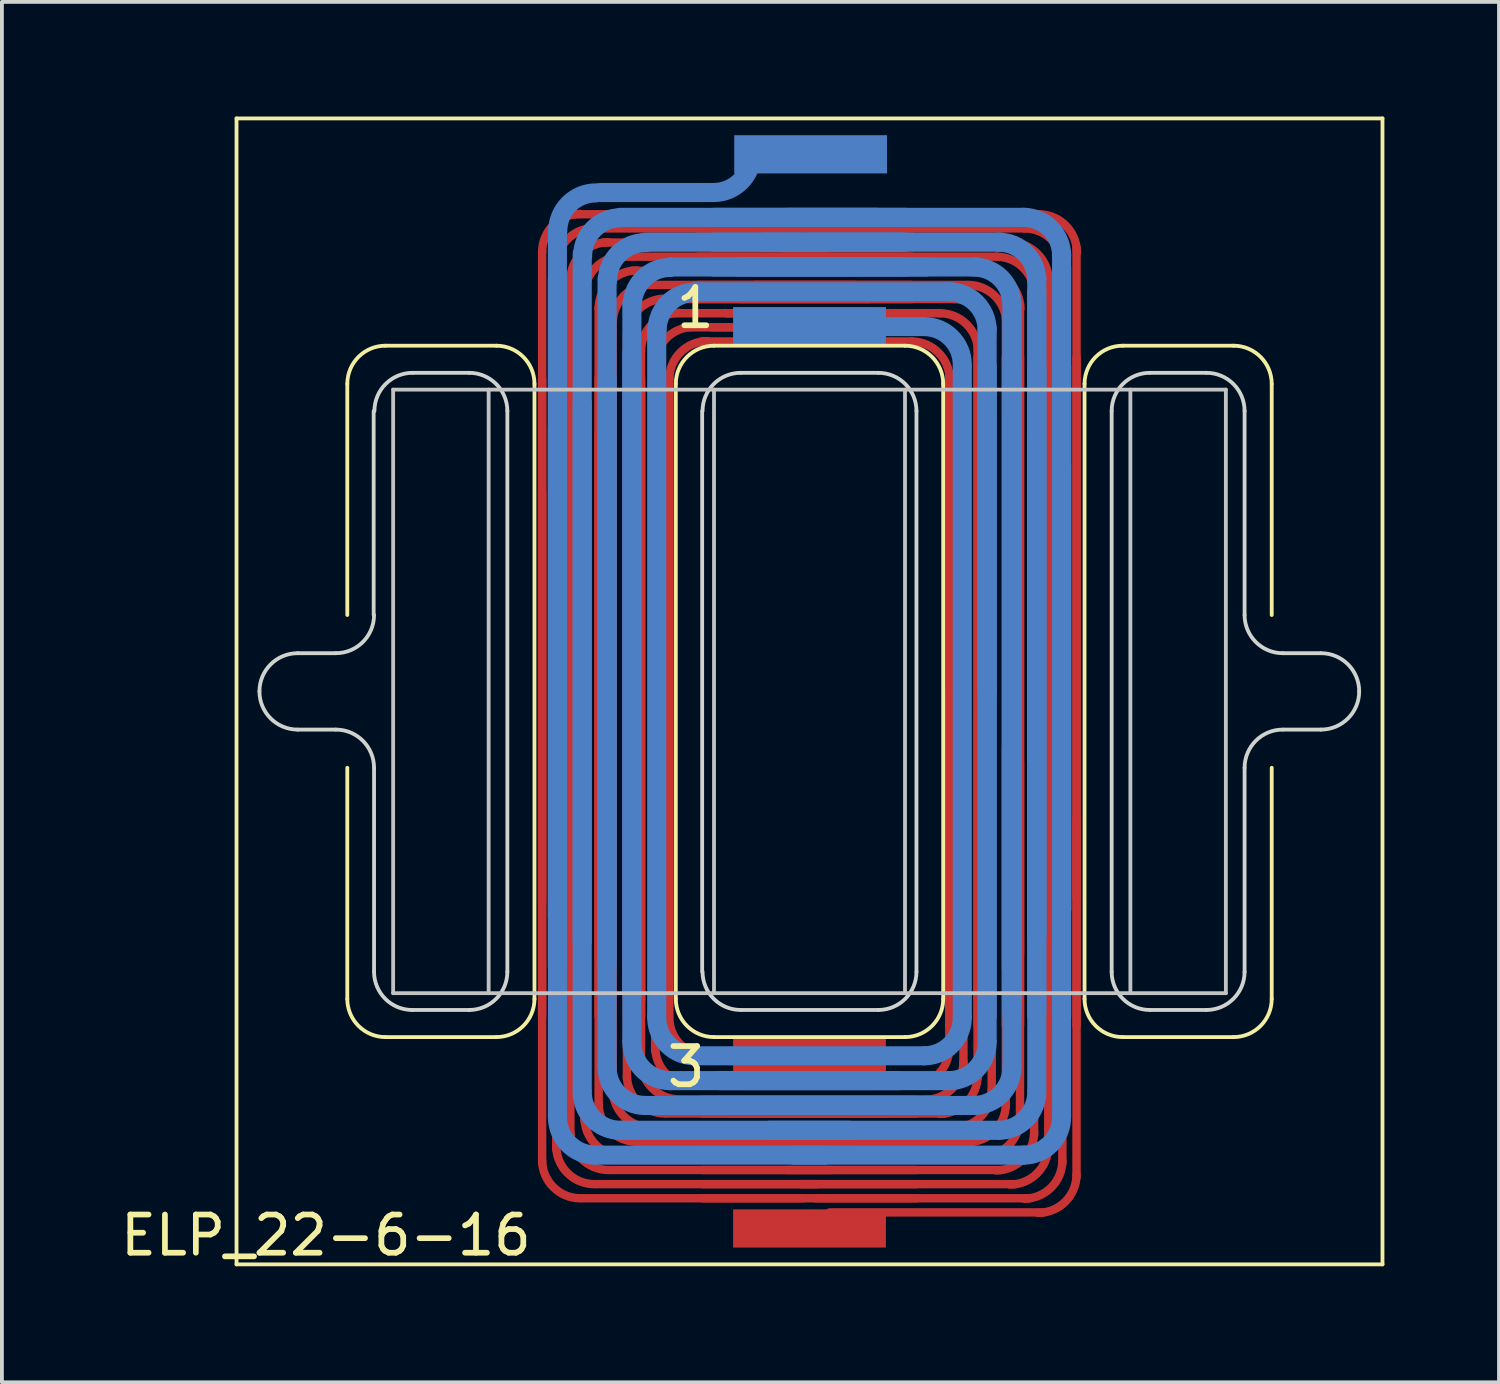
<source format=kicad_pcb>
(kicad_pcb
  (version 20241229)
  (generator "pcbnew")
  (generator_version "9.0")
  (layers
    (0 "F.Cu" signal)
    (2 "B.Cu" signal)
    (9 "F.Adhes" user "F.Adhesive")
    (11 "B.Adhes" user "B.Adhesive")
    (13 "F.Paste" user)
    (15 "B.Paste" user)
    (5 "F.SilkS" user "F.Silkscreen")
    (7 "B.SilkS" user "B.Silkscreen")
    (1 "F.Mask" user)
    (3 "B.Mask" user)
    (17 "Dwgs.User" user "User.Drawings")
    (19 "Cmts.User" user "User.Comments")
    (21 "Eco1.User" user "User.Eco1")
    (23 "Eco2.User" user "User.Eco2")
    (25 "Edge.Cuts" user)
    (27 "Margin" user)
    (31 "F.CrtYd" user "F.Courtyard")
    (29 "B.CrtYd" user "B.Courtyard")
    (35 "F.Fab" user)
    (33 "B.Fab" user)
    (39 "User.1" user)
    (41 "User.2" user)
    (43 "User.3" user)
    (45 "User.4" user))
  (footprint "ELP_22-6-16"
    (layer "F.Cu")
    (at 18.142 15.05)
    (property "Reference" "ELP_22-6-16" (at -12.66 14.24 180) (layer "F.SilkS") (effects (font (size 1 1) (thickness 0.15))))
    (attr through_hole)
    (fp_line (start -7 5.52) (end -7 -11.53) (stroke (width 0.22) (type solid)) (layer "F.Cu"))
    (fp_line (start -7 8.5) (end -7 -8.2) (stroke (width 0.22) (type solid)) (layer "F.Cu"))
    (fp_line (start -7 12.36) (end -7 -5.24) (stroke (width 0.22) (type solid)) (layer "F.Cu"))
    (fp_line (start -6.63 5.89) (end -6.63 -11.16) (stroke (width 0.22) (type solid)) (layer "F.Cu"))
    (fp_line (start -6.63 8.5) (end -6.63 -8.2) (stroke (width 0.22) (type solid)) (layer "F.Cu"))
    (fp_line (start -6.63 11.99) (end -6.63 -5.61) (stroke (width 0.22) (type solid)) (layer "F.Cu"))
    (fp_line (start -6.26 6.26) (end -6.26 -10.79) (stroke (width 0.22) (type solid)) (layer "F.Cu"))
    (fp_line (start -6.26 8.5) (end -6.26 -8.2) (stroke (width 0.22) (type solid)) (layer "F.Cu"))
    (fp_line (start -6.26 11.62) (end -6.26 -5.98) (stroke (width 0.22) (type solid)) (layer "F.Cu"))
    (fp_line (start -6.13 -12.49) (end -0.65 -12.49) (stroke (width 0.22) (type solid)) (layer "F.Cu"))
    (fp_line (start -5.96 13.27) (end -0.16 13.27) (stroke (width 0.22) (type solid)) (layer "F.Cu"))
    (fp_line (start -5.89 6.63) (end -5.89 -10.42) (stroke (width 0.22) (type solid)) (layer "F.Cu"))
    (fp_line (start -5.89 8.5) (end -5.89 -8.2) (stroke (width 0.22) (type solid)) (layer "F.Cu"))
    (fp_line (start -5.89 11.25) (end -5.89 -6.35) (stroke (width 0.22) (type solid)) (layer "F.Cu"))
    (fp_line (start -5.76 -12.12) (end -0.28 -12.12) (stroke (width 0.22) (type solid)) (layer "F.Cu"))
    (fp_line (start -5.59 12.9) (end 0.21 12.9) (stroke (width 0.22) (type solid)) (layer "F.Cu"))
    (fp_line (start -5.52 7) (end -5.52 -10.05) (stroke (width 0.22) (type solid)) (layer "F.Cu"))
    (fp_line (start -5.52 8.5) (end -5.52 -8.2) (stroke (width 0.22) (type solid)) (layer "F.Cu"))
    (fp_line (start -5.52 10.88) (end -5.52 -6.72) (stroke (width 0.22) (type solid)) (layer "F.Cu"))
    (fp_line (start -5.39 -11.75) (end 0.09 -11.75) (stroke (width 0.22) (type solid)) (layer "F.Cu"))
    (fp_line (start -5.22 12.53) (end 0.58 12.53) (stroke (width 0.22) (type solid)) (layer "F.Cu"))
    (fp_line (start -5.15 7.37) (end -5.15 -9.68) (stroke (width 0.22) (type solid)) (layer "F.Cu"))
    (fp_line (start -5.15 8.5) (end -5.15 -8.2) (stroke (width 0.22) (type solid)) (layer "F.Cu"))
    (fp_line (start -5.15 10.51) (end -5.15 -7.09) (stroke (width 0.22) (type solid)) (layer "F.Cu"))
    (fp_line (start -5.02 -11.38) (end 0.46 -11.38) (stroke (width 0.22) (type solid)) (layer "F.Cu"))
    (fp_line (start -4.85 12.16) (end 0.95 12.16) (stroke (width 0.22) (type solid)) (layer "F.Cu"))
    (fp_line (start -4.78 7.74) (end -4.78 -9.31) (stroke (width 0.22) (type solid)) (layer "F.Cu"))
    (fp_line (start -4.78 8.5) (end -4.78 -8.2) (stroke (width 0.22) (type solid)) (layer "F.Cu"))
    (fp_line (start -4.78 10.14) (end -4.78 -7.46) (stroke (width 0.22) (type solid)) (layer "F.Cu"))
    (fp_line (start -4.65 -11.01) (end 0.83 -11.01) (stroke (width 0.22) (type solid)) (layer "F.Cu"))
    (fp_line (start -4.48 11.79) (end 1.32 11.79) (stroke (width 0.22) (type solid)) (layer "F.Cu"))
    (fp_line (start -4.41 8.11) (end -4.41 -8.94) (stroke (width 0.22) (type solid)) (layer "F.Cu"))
    (fp_line (start -4.41 8.5) (end -4.41 -8.2) (stroke (width 0.22) (type solid)) (layer "F.Cu"))
    (fp_line (start -4.41 9.77) (end -4.41 -7.83) (stroke (width 0.22) (type solid)) (layer "F.Cu"))
    (fp_line (start -4.28 -10.64) (end 1.2 -10.64) (stroke (width 0.22) (type solid)) (layer "F.Cu"))
    (fp_line (start -4.11 11.42) (end 1.69 11.42) (stroke (width 0.22) (type solid)) (layer "F.Cu"))
    (fp_line (start -4.04 9.4) (end -4.04 -8.5) (stroke (width 0.22) (type solid)) (layer "F.Cu"))
    (fp_line (start -3.91 -10.27) (end 1.57 -10.27) (stroke (width 0.22) (type solid)) (layer "F.Cu"))
    (fp_line (start -3.74 11.05) (end 2.06 11.05) (stroke (width 0.22) (type solid)) (layer "F.Cu"))
    (fp_line (start -3.67 8.5) (end -3.67 -8.2) (stroke (width 0.22) (type solid)) (layer "F.Cu"))
    (fp_line (start -3.54 -9.9) (end 1.94 -9.9) (stroke (width 0.22) (type solid)) (layer "F.Cu"))
    (fp_line (start -3.37 10.68) (end 2.43 10.68) (stroke (width 0.22) (type solid)) (layer "F.Cu"))
    (fp_line (start -3.17 -9.53) (end 2.31 -9.53) (stroke (width 0.22) (type solid)) (layer "F.Cu"))
    (fp_line (start -3 10.31) (end 2.8 10.31) (stroke (width 0.22) (type solid)) (layer "F.Cu"))
    (fp_line (start -2.92 -12.49) (end 2.68 -12.49) (stroke (width 0.22) (type solid)) (layer "F.Cu"))
    (fp_line (start -2.92 -12.12) (end 2.68 -12.12) (stroke (width 0.22) (type solid)) (layer "F.Cu"))
    (fp_line (start -2.92 -11.75) (end 2.68 -11.75) (stroke (width 0.22) (type solid)) (layer "F.Cu"))
    (fp_line (start -2.92 -11.38) (end 2.68 -11.38) (stroke (width 0.22) (type solid)) (layer "F.Cu"))
    (fp_line (start -2.92 -11.01) (end 2.68 -11.01) (stroke (width 0.22) (type solid)) (layer "F.Cu"))
    (fp_line (start -2.92 -10.64) (end 2.68 -10.64) (stroke (width 0.22) (type solid)) (layer "F.Cu"))
    (fp_line (start -2.92 -10.27) (end 2.68 -10.27) (stroke (width 0.22) (type solid)) (layer "F.Cu"))
    (fp_line (start -2.8 -9.16) (end 2.68 -9.16) (stroke (width 0.22) (type solid)) (layer "F.Cu"))
    (fp_line (start -2.8 10.68) (end 2.8 10.68) (stroke (width 0.22) (type solid)) (layer "F.Cu"))
    (fp_line (start -2.8 11.05) (end 2.8 11.05) (stroke (width 0.22) (type solid)) (layer "F.Cu"))
    (fp_line (start -2.8 11.42) (end 2.8 11.42) (stroke (width 0.22) (type solid)) (layer "F.Cu"))
    (fp_line (start -2.8 11.79) (end 2.8 11.79) (stroke (width 0.22) (type solid)) (layer "F.Cu"))
    (fp_line (start -2.8 12.16) (end 2.8 12.16) (stroke (width 0.22) (type solid)) (layer "F.Cu"))
    (fp_line (start -2.8 12.53) (end 2.8 12.53) (stroke (width 0.22) (type solid)) (layer "F.Cu"))
    (fp_line (start -2.8 12.9) (end 2.8 12.9) (stroke (width 0.22) (type solid)) (layer "F.Cu"))
    (fp_line (start -2.8 13.27) (end 2.8 13.27) (stroke (width 0.22) (type solid)) (layer "F.Cu"))
    (fp_line (start -2.7 9.54) (end 1 9.54) (stroke (width 0.22) (type solid)) (layer "F.Cu"))
    (fp_line (start -2.55 -9.53) (end 3.05 -9.53) (stroke (width 0.22) (type solid)) (layer "F.Cu"))
    (fp_line (start -2.43 10.68) (end 3.17 10.68) (stroke (width 0.22) (type solid)) (layer "F.Cu"))
    (fp_line (start -2.18 -9.9) (end 3.42 -9.9) (stroke (width 0.22) (type solid)) (layer "F.Cu"))
    (fp_line (start -2.06 11.05) (end 3.54 11.05) (stroke (width 0.22) (type solid)) (layer "F.Cu"))
    (fp_line (start -1.81 -10.27) (end 3.79 -10.27) (stroke (width 0.22) (type solid)) (layer "F.Cu"))
    (fp_line (start -1.69 11.42) (end 3.91 11.42) (stroke (width 0.22) (type solid)) (layer "F.Cu"))
    (fp_line (start -1.44 -10.64) (end 4.16 -10.64) (stroke (width 0.22) (type solid)) (layer "F.Cu"))
    (fp_line (start -1.32 11.79) (end 4.28 11.79) (stroke (width 0.22) (type solid)) (layer "F.Cu"))
    (fp_line (start -1.07 -11.01) (end 4.53 -11.01) (stroke (width 0.22) (type solid)) (layer "F.Cu"))
    (fp_line (start -0.95 12.16) (end 4.65 12.16) (stroke (width 0.22) (type solid)) (layer "F.Cu"))
    (fp_line (start -0.7 -11.38) (end 4.9 -11.38) (stroke (width 0.22) (type solid)) (layer "F.Cu"))
    (fp_line (start -0.58 12.53) (end 5.02 12.53) (stroke (width 0.22) (type solid)) (layer "F.Cu"))
    (fp_line (start -0.33 -11.75) (end 5.27 -11.75) (stroke (width 0.22) (type solid)) (layer "F.Cu"))
    (fp_line (start -0.21 12.9) (end 5.39 12.9) (stroke (width 0.22) (type solid)) (layer "F.Cu"))
    (fp_line (start 0.04 -12.12) (end 5.64 -12.12) (stroke (width 0.22) (type solid)) (layer "F.Cu"))
    (fp_line (start 0.16 13.27) (end 5.76 13.27) (stroke (width 0.22) (type solid)) (layer "F.Cu"))
    (fp_line (start 0.41 -12.49) (end 6.01 -12.49) (stroke (width 0.22) (type solid)) (layer "F.Cu"))
    (fp_line (start 0.53 13.64) (end 6.13 13.64) (stroke (width 0.22) (type solid)) (layer "F.Cu"))
    (fp_line (start 3.66 0) (end 3.66 9.39) (stroke (width 0.22) (type solid)) (layer "F.Cu"))
    (fp_line (start 3.66 8.75) (end 3.66 -8.3) (stroke (width 0.22) (type solid)) (layer "F.Cu"))
    (fp_line (start 4.03 0.37) (end 4.03 9.76) (stroke (width 0.22) (type solid)) (layer "F.Cu"))
    (fp_line (start 4.03 8.38) (end 4.03 -8.67) (stroke (width 0.22) (type solid)) (layer "F.Cu"))
    (fp_line (start 4.03 8.75) (end 4.03 -8.75) (stroke (width 0.22) (type solid)) (layer "F.Cu"))
    (fp_line (start 4.4 0.74) (end 4.4 10.13) (stroke (width 0.22) (type solid)) (layer "F.Cu"))
    (fp_line (start 4.4 8.01) (end 4.4 -9.04) (stroke (width 0.22) (type solid)) (layer "F.Cu"))
    (fp_line (start 4.4 8.75) (end 4.4 -8.75) (stroke (width 0.22) (type solid)) (layer "F.Cu"))
    (fp_line (start 4.77 1.11) (end 4.77 10.5) (stroke (width 0.22) (type solid)) (layer "F.Cu"))
    (fp_line (start 4.77 7.64) (end 4.77 -9.41) (stroke (width 0.22) (type solid)) (layer "F.Cu"))
    (fp_line (start 4.77 8.75) (end 4.77 -8.75) (stroke (width 0.22) (type solid)) (layer "F.Cu"))
    (fp_line (start 5.14 1.48) (end 5.14 10.87) (stroke (width 0.22) (type solid)) (layer "F.Cu"))
    (fp_line (start 5.14 7.27) (end 5.14 -9.78) (stroke (width 0.22) (type solid)) (layer "F.Cu"))
    (fp_line (start 5.14 8.75) (end 5.14 -8.75) (stroke (width 0.22) (type solid)) (layer "F.Cu"))
    (fp_line (start 5.51 1.85) (end 5.51 11.24) (stroke (width 0.22) (type solid)) (layer "F.Cu"))
    (fp_line (start 5.51 6.9) (end 5.51 -10.15) (stroke (width 0.22) (type solid)) (layer "F.Cu"))
    (fp_line (start 5.51 8.75) (end 5.51 -8.75) (stroke (width 0.22) (type solid)) (layer "F.Cu"))
    (fp_line (start 5.88 2.22) (end 5.88 11.61) (stroke (width 0.22) (type solid)) (layer "F.Cu"))
    (fp_line (start 5.88 6.53) (end 5.88 -10.52) (stroke (width 0.22) (type solid)) (layer "F.Cu"))
    (fp_line (start 5.88 8.75) (end 5.88 -8.75) (stroke (width 0.22) (type solid)) (layer "F.Cu"))
    (fp_line (start 6.25 2.59) (end 6.25 11.98) (stroke (width 0.22) (type solid)) (layer "F.Cu"))
    (fp_line (start 6.25 6.16) (end 6.25 -10.89) (stroke (width 0.22) (type solid)) (layer "F.Cu"))
    (fp_line (start 6.25 8.75) (end 6.25 -8.75) (stroke (width 0.22) (type solid)) (layer "F.Cu"))
    (fp_line (start 6.62 2.96) (end 6.62 12.35) (stroke (width 0.22) (type solid)) (layer "F.Cu"))
    (fp_line (start 6.62 5.79) (end 6.62 -11.26) (stroke (width 0.22) (type solid)) (layer "F.Cu"))
    (fp_line (start 6.62 8.75) (end 6.62 -8.75) (stroke (width 0.22) (type solid)) (layer "F.Cu"))
    (fp_line (start 6.99 3.33) (end 6.99 12.72) (stroke (width 0.22) (type solid)) (layer "F.Cu"))
    (fp_line (start 6.99 5.42) (end 6.99 -11.63) (stroke (width 0.22) (type solid)) (layer "F.Cu"))
    (fp_line (start 6.99 8.75) (end 6.99 -8.75) (stroke (width 0.22) (type solid)) (layer "F.Cu"))
    (fp_arc (start -7 -11.5) (mid -6.707107 -12.207107) (end -6 -12.5) (stroke (width 0.22) (type solid)) (layer "F.Cu"))
    (fp_arc (start -6.63 -11.13) (mid -6.337107 -11.837107) (end -5.63 -12.13) (stroke (width 0.22) (type solid)) (layer "F.Cu"))
    (fp_arc (start -6.26 -10.76) (mid -5.967107 -11.467107) (end -5.26 -11.76) (stroke (width 0.22) (type solid)) (layer "F.Cu"))
    (fp_arc (start -6 13.27) (mid -6.707107 12.977107) (end -7 12.27) (stroke (width 0.22) (type solid)) (layer "F.Cu"))
    (fp_arc (start -5.89 -10.39) (mid -5.597107 -11.097107) (end -4.89 -11.39) (stroke (width 0.22) (type solid)) (layer "F.Cu"))
    (fp_arc (start -5.63 12.9) (mid -6.337107 12.607107) (end -6.63 11.9) (stroke (width 0.22) (type solid)) (layer "F.Cu"))
    (fp_arc (start -5.52 -10.02) (mid -5.227107 -10.727107) (end -4.52 -11.02) (stroke (width 0.22) (type solid)) (layer "F.Cu"))
    (fp_arc (start -5.26 12.53) (mid -5.967107 12.237107) (end -6.26 11.53) (stroke (width 0.22) (type solid)) (layer "F.Cu"))
    (fp_arc (start -5.15 -9.65) (mid -4.857107 -10.357107) (end -4.15 -10.65) (stroke (width 0.22) (type solid)) (layer "F.Cu"))
    (fp_arc (start -4.89 12.16) (mid -5.597107 11.867107) (end -5.89 11.16) (stroke (width 0.22) (type solid)) (layer "F.Cu"))
    (fp_arc (start -4.78 -9.28) (mid -4.487107 -9.987107) (end -3.78 -10.28) (stroke (width 0.22) (type solid)) (layer "F.Cu"))
    (fp_arc (start -4.52 11.79) (mid -5.227107 11.497107) (end -5.52 10.79) (stroke (width 0.22) (type solid)) (layer "F.Cu"))
    (fp_arc (start -4.41 -8.91) (mid -4.117107 -9.617107) (end -3.41 -9.91) (stroke (width 0.22) (type solid)) (layer "F.Cu"))
    (fp_arc (start -4.15 11.42) (mid -4.857107 11.127107) (end -5.15 10.42) (stroke (width 0.22) (type solid)) (layer "F.Cu"))
    (fp_arc (start -4.04 -8.54) (mid -3.747107 -9.247107) (end -3.04 -9.54) (stroke (width 0.22) (type solid)) (layer "F.Cu"))
    (fp_arc (start -3.78 11.05) (mid -4.487107 10.757107) (end -4.78 10.05) (stroke (width 0.22) (type solid)) (layer "F.Cu"))
    (fp_arc (start -3.67 -8.17) (mid -3.377107 -8.877107) (end -2.67 -9.17) (stroke (width 0.22) (type solid)) (layer "F.Cu"))
    (fp_arc (start -3.41 10.68) (mid -4.117107 10.387107) (end -4.41 9.68) (stroke (width 0.22) (type solid)) (layer "F.Cu"))
    (fp_arc (start -3.04 10.31) (mid -3.747107 10.017107) (end -4.04 9.31) (stroke (width 0.22) (type solid)) (layer "F.Cu"))
    (fp_arc (start -2.67 9.54) (mid -3.377107 9.247107) (end -3.67 8.54) (stroke (width 0.22) (type solid)) (layer "F.Cu"))
    (fp_arc (start 2.67 -9.16) (mid 3.377107 -8.867107) (end 3.67 -8.16) (stroke (width 0.22) (type solid)) (layer "F.Cu"))
    (fp_arc (start 3.04 -9.53) (mid 3.747107 -9.237107) (end 4.04 -8.53) (stroke (width 0.22) (type solid)) (layer "F.Cu"))
    (fp_arc (start 3.41 -9.9) (mid 4.117107 -9.607107) (end 4.41 -8.9) (stroke (width 0.22) (type solid)) (layer "F.Cu"))
    (fp_arc (start 3.66 9.32) (mid 3.367107 10.027107) (end 2.66 10.32) (stroke (width 0.22) (type solid)) (layer "F.Cu"))
    (fp_arc (start 3.78 -10.27) (mid 4.487107 -9.977107) (end 4.78 -9.27) (stroke (width 0.22) (type solid)) (layer "F.Cu"))
    (fp_arc (start 4.03 9.69) (mid 3.737107 10.397107) (end 3.03 10.69) (stroke (width 0.22) (type solid)) (layer "F.Cu"))
    (fp_arc (start 4.15 -10.64) (mid 4.857107 -10.347107) (end 5.15 -9.64) (stroke (width 0.22) (type solid)) (layer "F.Cu"))
    (fp_arc (start 4.4 10.06) (mid 4.107107 10.767107) (end 3.4 11.06) (stroke (width 0.22) (type solid)) (layer "F.Cu"))
    (fp_arc (start 4.52 -11.01) (mid 5.227107 -10.717107) (end 5.52 -10.01) (stroke (width 0.22) (type solid)) (layer "F.Cu"))
    (fp_arc (start 4.77 10.43) (mid 4.477107 11.137107) (end 3.77 11.43) (stroke (width 0.22) (type solid)) (layer "F.Cu"))
    (fp_arc (start 4.89 -11.38) (mid 5.597107 -11.087107) (end 5.89 -10.38) (stroke (width 0.22) (type solid)) (layer "F.Cu"))
    (fp_arc (start 5.14 10.8) (mid 4.847107 11.507107) (end 4.14 11.8) (stroke (width 0.22) (type solid)) (layer "F.Cu"))
    (fp_arc (start 5.26 -11.75) (mid 5.967107 -11.457107) (end 6.26 -10.75) (stroke (width 0.22) (type solid)) (layer "F.Cu"))
    (fp_arc (start 5.51 11.17) (mid 5.217107 11.877107) (end 4.51 12.17) (stroke (width 0.22) (type solid)) (layer "F.Cu"))
    (fp_arc (start 5.63 -12.12) (mid 6.337107 -11.827107) (end 6.63 -11.12) (stroke (width 0.22) (type solid)) (layer "F.Cu"))
    (fp_arc (start 5.88 11.54) (mid 5.587107 12.247107) (end 4.88 12.54) (stroke (width 0.22) (type solid)) (layer "F.Cu"))
    (fp_arc (start 6 -12.49) (mid 6.707107 -12.197107) (end 7 -11.49) (stroke (width 0.22) (type solid)) (layer "F.Cu"))
    (fp_arc (start 6.25 11.91) (mid 5.957107 12.617107) (end 5.25 12.91) (stroke (width 0.22) (type solid)) (layer "F.Cu"))
    (fp_arc (start 6.62 12.28) (mid 6.327107 12.987107) (end 5.62 13.28) (stroke (width 0.22) (type solid)) (layer "F.Cu"))
    (fp_arc (start 6.99 12.65) (mid 6.697107 13.357107) (end 5.99 13.65) (stroke (width 0.22) (type solid)) (layer "F.Cu"))
    (fp_line (start -6.6 -12.1) (end -6.6 5.9) (stroke (width 0.5) (type solid)) (layer "B.Cu"))
    (fp_line (start -6.6 -10.8) (end -6.6 7.2) (stroke (width 0.5) (type solid)) (layer "B.Cu"))
    (fp_line (start -6.6 -6.9) (end -6.6 11.1) (stroke (width 0.5) (type solid)) (layer "B.Cu"))
    (fp_line (start -5.95 -11.45) (end -5.95 6.55) (stroke (width 0.5) (type solid)) (layer "B.Cu"))
    (fp_line (start -5.95 -7.55) (end -5.95 10.45) (stroke (width 0.5) (type solid)) (layer "B.Cu"))
    (fp_line (start -5.6 12.14) (end 0.4 12.14) (stroke (width 0.5) (type solid)) (layer "B.Cu"))
    (fp_line (start -5.47 -13.06) (end -2.59 -13.06) (stroke (width 0.5) (type solid)) (layer "B.Cu"))
    (fp_line (start -5.3 -10.8) (end -5.3 7.2) (stroke (width 0.5) (type solid)) (layer "B.Cu"))
    (fp_line (start -5.3 -8.2) (end -5.3 9.8) (stroke (width 0.5) (type solid)) (layer "B.Cu"))
    (fp_line (start -4.95 -12.41) (end 1.75 -12.41) (stroke (width 0.5) (type solid)) (layer "B.Cu"))
    (fp_line (start -4.95 11.49) (end 1.05 11.49) (stroke (width 0.5) (type solid)) (layer "B.Cu"))
    (fp_line (start -4.65 -10.15) (end -4.65 7.85) (stroke (width 0.5) (type solid)) (layer "B.Cu"))
    (fp_line (start -4.65 -8.85) (end -4.65 9.15) (stroke (width 0.5) (type solid)) (layer "B.Cu"))
    (fp_line (start -4.3 -11.76) (end 2.4 -11.76) (stroke (width 0.5) (type solid)) (layer "B.Cu"))
    (fp_line (start -4.3 10.84) (end 1.7 10.84) (stroke (width 0.5) (type solid)) (layer "B.Cu"))
    (fp_line (start -4 -9.5) (end -4 8.5) (stroke (width 0.5) (type solid)) (layer "B.Cu"))
    (fp_line (start -3.65 -11.11) (end 3.05 -11.11) (stroke (width 0.5) (type solid)) (layer "B.Cu"))
    (fp_line (start -3.65 10.19) (end 2.35 10.19) (stroke (width 0.5) (type solid)) (layer "B.Cu"))
    (fp_line (start -3 -10.46) (end 3.7 -10.46) (stroke (width 0.5) (type solid)) (layer "B.Cu"))
    (fp_line (start -3 9.54) (end 3 9.54) (stroke (width 0.5) (type solid)) (layer "B.Cu"))
    (fp_line (start -2.5 -12.41) (end 2.5 -12.41) (stroke (width 0.5) (type solid)) (layer "B.Cu"))
    (fp_line (start -2.5 -11.76) (end 2.5 -11.76) (stroke (width 0.5) (type solid)) (layer "B.Cu"))
    (fp_line (start -2.5 -11.11) (end 2.5 -11.11) (stroke (width 0.5) (type solid)) (layer "B.Cu"))
    (fp_line (start -2.35 10.19) (end 3.65 10.19) (stroke (width 0.5) (type solid)) (layer "B.Cu"))
    (fp_line (start -1.85 -11.11) (end 4.35 -11.11) (stroke (width 0.5) (type solid)) (layer "B.Cu"))
    (fp_line (start -1.7 10.84) (end 4.3 10.84) (stroke (width 0.5) (type solid)) (layer "B.Cu"))
    (fp_line (start -1.2 -11.76) (end 5 -11.76) (stroke (width 0.5) (type solid)) (layer "B.Cu"))
    (fp_line (start -1.05 11.49) (end 4.95 11.49) (stroke (width 0.5) (type solid)) (layer "B.Cu"))
    (fp_line (start -0.55 -12.41) (end 5.65 -12.41) (stroke (width 0.5) (type solid)) (layer "B.Cu"))
    (fp_line (start -0.4 12.14) (end 5.6 12.14) (stroke (width 0.5) (type solid)) (layer "B.Cu"))
    (fp_line (start 2.94 -9.55) (end 1.99 -9.55) (stroke (width 0.5) (type solid)) (layer "B.Cu"))
    (fp_line (start 4 -8.5) (end 4 8.5) (stroke (width 0.5) (type solid)) (layer "B.Cu"))
    (fp_line (start 4.65 -9.5) (end 4.65 0) (stroke (width 0.5) (type solid)) (layer "B.Cu"))
    (fp_line (start 4.65 -8.5) (end 4.65 8.5) (stroke (width 0.5) (type solid)) (layer "B.Cu"))
    (fp_line (start 4.65 -7.85) (end 4.65 9.15) (stroke (width 0.5) (type solid)) (layer "B.Cu"))
    (fp_line (start 5.3 -10.15) (end 5.3 8.5) (stroke (width 0.5) (type solid)) (layer "B.Cu"))
    (fp_line (start 5.3 -9.8) (end 5.3 7.01) (stroke (width 0.5) (type solid)) (layer "B.Cu"))
    (fp_line (start 5.3 -8.5) (end 5.3 8.31) (stroke (width 0.5) (type solid)) (layer "B.Cu"))
    (fp_line (start 5.3 -7.2) (end 5.3 9.8) (stroke (width 0.5) (type solid)) (layer "B.Cu"))
    (fp_line (start 5.95 -10.8) (end 5.95 6.36) (stroke (width 0.5) (type solid)) (layer "B.Cu"))
    (fp_line (start 5.95 -10.45) (end 5.95 6.36) (stroke (width 0.5) (type solid)) (layer "B.Cu"))
    (fp_line (start 5.95 -8.5) (end 5.95 8.5) (stroke (width 0.5) (type solid)) (layer "B.Cu"))
    (fp_line (start 5.95 -6.55) (end 5.95 10.45) (stroke (width 0.5) (type solid)) (layer "B.Cu"))
    (fp_line (start 6.6 -11.45) (end 6.6 5.71) (stroke (width 0.5) (type solid)) (layer "B.Cu"))
    (fp_line (start 6.6 -11.1) (end 6.6 5.71) (stroke (width 0.5) (type solid)) (layer "B.Cu"))
    (fp_line (start 6.6 -8.5) (end 6.6 8.5) (stroke (width 0.5) (type solid)) (layer "B.Cu"))
    (fp_line (start 6.6 -5.9) (end 6.6 11.1) (stroke (width 0.5) (type solid)) (layer "B.Cu"))
    (fp_arc (start -6.59 -12.05) (mid -6.297107 -12.757107) (end -5.59 -13.05) (stroke (width 0.5) (type solid)) (layer "B.Cu"))
    (fp_arc (start -5.94 -11.4) (mid -5.647107 -12.107107) (end -4.94 -12.4) (stroke (width 0.5) (type solid)) (layer "B.Cu"))
    (fp_arc (start -5.6 12.14) (mid -6.307107 11.847107) (end -6.6 11.14) (stroke (width 0.5) (type solid)) (layer "B.Cu"))
    (fp_arc (start -5.29 -10.75) (mid -4.997107 -11.457107) (end -4.29 -11.75) (stroke (width 0.5) (type solid)) (layer "B.Cu"))
    (fp_arc (start -4.95 11.49) (mid -5.657107 11.197107) (end -5.95 10.49) (stroke (width 0.5) (type solid)) (layer "B.Cu"))
    (fp_arc (start -4.64 -10.1) (mid -4.347107 -10.807107) (end -3.64 -11.1) (stroke (width 0.5) (type solid)) (layer "B.Cu"))
    (fp_arc (start -4.3 10.84) (mid -5.007107 10.547107) (end -5.3 9.84) (stroke (width 0.5) (type solid)) (layer "B.Cu"))
    (fp_arc (start -3.99 -9.45) (mid -3.697107 -10.157107) (end -2.99 -10.45) (stroke (width 0.5) (type solid)) (layer "B.Cu"))
    (fp_arc (start -3.65 10.19) (mid -4.357107 9.897107) (end -4.65 9.19) (stroke (width 0.5) (type solid)) (layer "B.Cu"))
    (fp_arc (start -3 9.54) (mid -3.707107 9.247107) (end -4 8.54) (stroke (width 0.5) (type solid)) (layer "B.Cu"))
    (fp_arc (start -1.51 -14.06) (mid -1.802893 -13.352893) (end -2.51 -13.06) (stroke (width 0.5) (type solid)) (layer "B.Cu"))
    (fp_arc (start 3 -9.55) (mid 3.707107 -9.257107) (end 4 -8.55) (stroke (width 0.5) (type solid)) (layer "B.Cu"))
    (fp_arc (start 3.65 -10.46) (mid 4.357107 -10.167107) (end 4.65 -9.46) (stroke (width 0.5) (type solid)) (layer "B.Cu"))
    (fp_arc (start 4 8.54) (mid 3.707107 9.247107) (end 3 9.54) (stroke (width 0.5) (type solid)) (layer "B.Cu"))
    (fp_arc (start 4.3 -11.11) (mid 5.007107 -10.817107) (end 5.3 -10.11) (stroke (width 0.5) (type solid)) (layer "B.Cu"))
    (fp_arc (start 4.65 9.19) (mid 4.357107 9.897107) (end 3.65 10.19) (stroke (width 0.5) (type solid)) (layer "B.Cu"))
    (fp_arc (start 4.95 -11.76) (mid 5.657107 -11.467107) (end 5.95 -10.76) (stroke (width 0.5) (type solid)) (layer "B.Cu"))
    (fp_arc (start 5.3 9.84) (mid 5.007107 10.547107) (end 4.3 10.84) (stroke (width 0.5) (type solid)) (layer "B.Cu"))
    (fp_arc (start 5.6 -12.41) (mid 6.307107 -12.117107) (end 6.6 -11.41) (stroke (width 0.5) (type solid)) (layer "B.Cu"))
    (fp_arc (start 5.95 10.49) (mid 5.657107 11.197107) (end 4.95 11.49) (stroke (width 0.5) (type solid)) (layer "B.Cu"))
    (fp_arc (start 6.6 11.14) (mid 6.307107 11.847107) (end 5.6 12.14) (stroke (width 0.5) (type solid)) (layer "B.Cu"))
    (fp_line (start -15 15) (end -15 -15) (stroke (width 0.1) (type solid)) (layer "F.SilkS"))
    (fp_line (start -12.1 -8.05) (end -12.1 -2) (stroke (width 0.1) (type solid)) (layer "F.SilkS"))
    (fp_line (start -12.1 2) (end -12.1 8.05) (stroke (width 0.1) (type solid)) (layer "F.SilkS"))
    (fp_line (start -11.1 -9.05) (end -8.2 -9.05) (stroke (width 0.1) (type solid)) (layer "F.SilkS"))
    (fp_line (start -8.2 9.05) (end -11.1 9.05) (stroke (width 0.1) (type solid)) (layer "F.SilkS"))
    (fp_line (start -7.2 8.05) (end -7.2 -8.05) (stroke (width 0.1) (type solid)) (layer "F.SilkS"))
    (fp_line (start -3.5 -8.05) (end -3.5 8.05) (stroke (width 0.1) (type solid)) (layer "F.SilkS"))
    (fp_line (start -2.5 -9.05) (end 2.5 -9.05) (stroke (width 0.1) (type solid)) (layer "F.SilkS"))
    (fp_line (start -2.5 9.05) (end 2.5 9.05) (stroke (width 0.1) (type solid)) (layer "F.SilkS"))
    (fp_line (start 3.5 -8.05) (end 3.5 8.05) (stroke (width 0.1) (type solid)) (layer "F.SilkS"))
    (fp_line (start 7.2 -8.05) (end 7.2 8.05) (stroke (width 0.1) (type solid)) (layer "F.SilkS"))
    (fp_line (start 8.2 -9.05) (end 11.1 -9.05) (stroke (width 0.1) (type solid)) (layer "F.SilkS"))
    (fp_line (start 8.2 9.05) (end 11.1 9.05) (stroke (width 0.1) (type solid)) (layer "F.SilkS"))
    (fp_line (start 12.1 -8.05) (end 12.1 -2) (stroke (width 0.1) (type solid)) (layer "F.SilkS"))
    (fp_line (start 12.1 2) (end 12.1 8.05) (stroke (width 0.1) (type solid)) (layer "F.SilkS"))
    (fp_line (start 15 -15) (end -15 -15) (stroke (width 0.1) (type solid)) (layer "F.SilkS"))
    (fp_line (start 15 -15) (end 15 15) (stroke (width 0.1) (type solid)) (layer "F.SilkS"))
    (fp_line (start 15 15) (end -15 15) (stroke (width 0.1) (type solid)) (layer "F.SilkS"))
    (fp_arc (start -12.1 -8.05) (mid -11.807107 -8.757107) (end -11.1 -9.05) (stroke (width 0.1) (type solid)) (layer "F.SilkS"))
    (fp_arc (start -11.1 9.05) (mid -11.807107 8.757107) (end -12.1 8.05) (stroke (width 0.1) (type solid)) (layer "F.SilkS"))
    (fp_arc (start -8.2 -9.05) (mid -7.492893 -8.757107) (end -7.2 -8.05) (stroke (width 0.1) (type solid)) (layer "F.SilkS"))
    (fp_arc (start -7.2 8.05) (mid -7.492893 8.757107) (end -8.2 9.05) (stroke (width 0.1) (type solid)) (layer "F.SilkS"))
    (fp_arc (start -3.5 -8.05) (mid -3.207107 -8.757107) (end -2.5 -9.05) (stroke (width 0.1) (type solid)) (layer "F.SilkS"))
    (fp_arc (start -2.5 9.05) (mid -3.207107 8.757107) (end -3.5 8.05) (stroke (width 0.1) (type solid)) (layer "F.SilkS"))
    (fp_arc (start 2.5 -9.05) (mid 3.207107 -8.757107) (end 3.5 -8.05) (stroke (width 0.1) (type solid)) (layer "F.SilkS"))
    (fp_arc (start 3.5 8.05) (mid 3.207107 8.757107) (end 2.5 9.05) (stroke (width 0.1) (type solid)) (layer "F.SilkS"))
    (fp_arc (start 7.2 -8.05) (mid 7.492893 -8.757107) (end 8.2 -9.05) (stroke (width 0.1) (type solid)) (layer "F.SilkS"))
    (fp_arc (start 8.2 9.05) (mid 7.492893 8.757107) (end 7.2 8.05) (stroke (width 0.1) (type solid)) (layer "F.SilkS"))
    (fp_arc (start 11.1 -9.05) (mid 11.807107 -8.757107) (end 12.1 -8.05) (stroke (width 0.1) (type solid)) (layer "F.SilkS"))
    (fp_arc (start 12.1 8.05) (mid 11.807107 8.757107) (end 11.1 9.05) (stroke (width 0.1) (type solid)) (layer "F.SilkS"))
    (fp_line (start -10.9 -7.9) (end 10.9 -7.9) (stroke (width 0.1) (type solid)) (layer "Dwgs.User"))
    (fp_line (start -10.9 7.9) (end -10.9 -7.9) (stroke (width 0.1) (type solid)) (layer "Dwgs.User"))
    (fp_line (start -10.9 7.9) (end 10.9 7.9) (stroke (width 0.1) (type solid)) (layer "Dwgs.User"))
    (fp_line (start -8.4 -7.9) (end -8.4 7.9) (stroke (width 0.1) (type solid)) (layer "Dwgs.User"))
    (fp_line (start -2.5 7.9) (end -2.5 -7.9) (stroke (width 0.1) (type solid)) (layer "Dwgs.User"))
    (fp_line (start 2.5 7.9) (end 2.5 -7.9) (stroke (width 0.1) (type solid)) (layer "Dwgs.User"))
    (fp_line (start 8.4 -7.9) (end 8.4 7.9) (stroke (width 0.1) (type solid)) (layer "Dwgs.User"))
    (fp_line (start 10.9 -7.9) (end 10.9 7.9) (stroke (width 0.1) (type solid)) (layer "Dwgs.User"))
    (fp_line (start -13.4 -1) (end -12.4 -1) (stroke (width 0.1) (type solid)) (layer "Edge.Cuts"))
    (fp_line (start -13.4 1) (end -12.4 1) (stroke (width 0.1) (type solid)) (layer "Edge.Cuts"))
    (fp_line (start -11.41 -7.34) (end -11.41 -2) (stroke (width 0.1) (type solid)) (layer "Edge.Cuts"))
    (fp_line (start -11.4 2) (end -11.4 7.34) (stroke (width 0.1) (type solid)) (layer "Edge.Cuts"))
    (fp_line (start -10.4 8.34) (end -8.9 8.34) (stroke (width 0.1) (type solid)) (layer "Edge.Cuts"))
    (fp_line (start -10.38 -8.34) (end -8.91 -8.34) (stroke (width 0.1) (type solid)) (layer "Edge.Cuts"))
    (fp_line (start -7.91 -7.34) (end -7.91 7.34) (stroke (width 0.1) (type solid)) (layer "Edge.Cuts"))
    (fp_line (start -2.81 -7.34) (end -2.81 7.34) (stroke (width 0.1) (type solid)) (layer "Edge.Cuts"))
    (fp_line (start -1.79 -8.34) (end 1.8 -8.34) (stroke (width 0.1) (type solid)) (layer "Edge.Cuts"))
    (fp_line (start -1.79 8.34) (end 1.8 8.34) (stroke (width 0.1) (type solid)) (layer "Edge.Cuts"))
    (fp_line (start 2.8 -7.34) (end 2.8 7.34) (stroke (width 0.1) (type solid)) (layer "Edge.Cuts"))
    (fp_line (start 7.91 -7.34) (end 7.91 7.34) (stroke (width 0.1) (type solid)) (layer "Edge.Cuts"))
    (fp_line (start 8.92 -8.34) (end 10.39 -8.34) (stroke (width 0.1) (type solid)) (layer "Edge.Cuts"))
    (fp_line (start 8.92 8.34) (end 10.38 8.34) (stroke (width 0.1) (type solid)) (layer "Edge.Cuts"))
    (fp_line (start 11.39 -7.34) (end 11.39 -2) (stroke (width 0.1) (type solid)) (layer "Edge.Cuts"))
    (fp_line (start 11.39 2) (end 11.39 7.35) (stroke (width 0.1) (type solid)) (layer "Edge.Cuts"))
    (fp_line (start 12.39 -1) (end 13.39 -1) (stroke (width 0.1) (type solid)) (layer "Edge.Cuts"))
    (fp_line (start 12.4 1) (end 13.39 1) (stroke (width 0.1) (type solid)) (layer "Edge.Cuts"))
    (fp_arc (start -14.4 0) (mid -14.107107 -0.707107) (end -13.4 -1) (stroke (width 0.1) (type solid)) (layer "Edge.Cuts"))
    (fp_arc (start -13.4 1) (mid -14.107107 0.707107) (end -14.4 0) (stroke (width 0.1) (type solid)) (layer "Edge.Cuts"))
    (fp_arc (start -12.4 1) (mid -11.692893 1.292893) (end -11.4 2) (stroke (width 0.1) (type solid)) (layer "Edge.Cuts"))
    (fp_arc (start -11.4 -2) (mid -11.692893 -1.292893) (end -12.4 -1) (stroke (width 0.1) (type solid)) (layer "Edge.Cuts"))
    (fp_arc (start -11.39 -7.34) (mid -11.097107 -8.047107) (end -10.39 -8.34) (stroke (width 0.1) (type solid)) (layer "Edge.Cuts"))
    (fp_arc (start -10.4 8.34) (mid -11.107107 8.047107) (end -11.4 7.34) (stroke (width 0.1) (type solid)) (layer "Edge.Cuts"))
    (fp_arc (start -8.91 -8.34) (mid -8.202893 -8.047107) (end -7.91 -7.34) (stroke (width 0.1) (type solid)) (layer "Edge.Cuts"))
    (fp_arc (start -7.91 7.34) (mid -8.202893 8.047107) (end -8.91 8.34) (stroke (width 0.1) (type solid)) (layer "Edge.Cuts"))
    (fp_arc (start -2.8 -7.34) (mid -2.507107 -8.047107) (end -1.8 -8.34) (stroke (width 0.1) (type solid)) (layer "Edge.Cuts"))
    (fp_arc (start -1.8 8.34) (mid -2.507107 8.047107) (end -2.8 7.34) (stroke (width 0.1) (type solid)) (layer "Edge.Cuts"))
    (fp_arc (start 1.8 -8.34) (mid 2.507107 -8.047107) (end 2.8 -7.34) (stroke (width 0.1) (type solid)) (layer "Edge.Cuts"))
    (fp_arc (start 2.8 7.34) (mid 2.507107 8.047107) (end 1.8 8.34) (stroke (width 0.1) (type solid)) (layer "Edge.Cuts"))
    (fp_arc (start 7.91 -7.34) (mid 8.202893 -8.047107) (end 8.91 -8.34) (stroke (width 0.1) (type solid)) (layer "Edge.Cuts"))
    (fp_arc (start 8.91 8.34) (mid 8.202893 8.047107) (end 7.91 7.34) (stroke (width 0.1) (type solid)) (layer "Edge.Cuts"))
    (fp_arc (start 10.39 -8.34) (mid 11.097107 -8.047107) (end 11.39 -7.34) (stroke (width 0.1) (type solid)) (layer "Edge.Cuts"))
    (fp_arc (start 11.39 2) (mid 11.682893 1.292893) (end 12.39 1) (stroke (width 0.1) (type solid)) (layer "Edge.Cuts"))
    (fp_arc (start 11.39 7.34) (mid 11.097107 8.047107) (end 10.39 8.34) (stroke (width 0.1) (type solid)) (layer "Edge.Cuts"))
    (fp_arc (start 12.39 -1) (mid 11.682893 -1.292893) (end 11.39 -2) (stroke (width 0.1) (type solid)) (layer "Edge.Cuts"))
    (fp_arc (start 13.39 -1) (mid 14.097107 -0.707107) (end 14.39 0) (stroke (width 0.1) (type solid)) (layer "Edge.Cuts"))
    (fp_arc (start 14.39 0) (mid 14.097107 0.707107) (end 13.39 1) (stroke (width 0.1) (type solid)) (layer "Edge.Cuts"))
    (fp_line (start -11.1 -8.05) (end -11.1 8.05) (stroke (width 0.1) (type solid)) (layer "Margin"))
    (fp_line (start -11.1 8.05) (end 11.1 8.05) (stroke (width 0.1) (type solid)) (layer "Margin"))
    (fp_line (start -8.2 -8.05) (end -8.2 8.05) (stroke (width 0.1) (type solid)) (layer "Margin"))
    (fp_line (start -2.505 -8.05) (end -2.505 8.05) (stroke (width 0.1) (type solid)) (layer "Margin"))
    (fp_line (start 2.505 -8.05) (end 2.505 8.05) (stroke (width 0.1) (type solid)) (layer "Margin"))
    (fp_line (start 8.2 -8.05) (end 8.2 8.05) (stroke (width 0.1) (type solid)) (layer "Margin"))
    (fp_line (start 11.1 -8.05) (end -11.11 -8.05) (stroke (width 0.1) (type solid)) (layer "Margin"))
    (fp_line (start 11.1 8.05) (end 11.1 -8.05) (stroke (width 0.1) (type solid)) (layer "Margin"))
    (fp_text user "1" (at -2.99 -10.04 0) (layer "F.SilkS") (effects (font (size 1 1) (thickness 0.15))))
    (fp_text user "3" (at -3.23 9.83 0) (layer "F.SilkS") (effects (font (size 1 1) (thickness 0.15))))
    (pad "1" smd rect (at 0 -9.56) (size 4 1) (layers "B.Cu" "B.Mask" "B.Paste"))
    (pad "2" smd rect (at 0.03 -14.06) (size 4 1) (layers "B.Cu" "B.Mask" "B.Paste"))
    (pad "3" smd rect (at 0 9.56) (size 4 1) (layers "F.Cu" "F.Mask" "F.Paste"))
    (pad "4" smd rect (at 0 14.06) (size 4 1) (layers "F.Cu" "F.Mask" "F.Paste")))
  (gr_rect
    (start -3 -3)
    (end 36.192 33.138)
    (stroke (width 0.1) (type default))
    (fill no)
    (layer "Edge.Cuts")))
</source>
